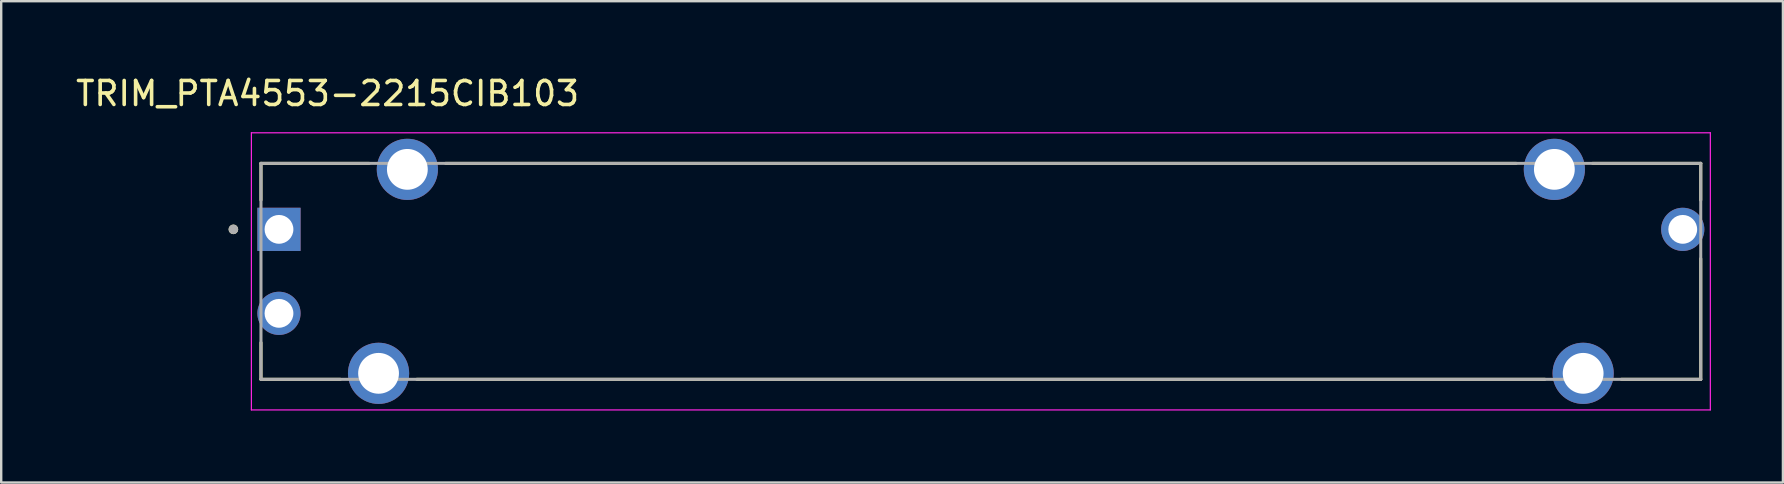
<source format=kicad_pcb>
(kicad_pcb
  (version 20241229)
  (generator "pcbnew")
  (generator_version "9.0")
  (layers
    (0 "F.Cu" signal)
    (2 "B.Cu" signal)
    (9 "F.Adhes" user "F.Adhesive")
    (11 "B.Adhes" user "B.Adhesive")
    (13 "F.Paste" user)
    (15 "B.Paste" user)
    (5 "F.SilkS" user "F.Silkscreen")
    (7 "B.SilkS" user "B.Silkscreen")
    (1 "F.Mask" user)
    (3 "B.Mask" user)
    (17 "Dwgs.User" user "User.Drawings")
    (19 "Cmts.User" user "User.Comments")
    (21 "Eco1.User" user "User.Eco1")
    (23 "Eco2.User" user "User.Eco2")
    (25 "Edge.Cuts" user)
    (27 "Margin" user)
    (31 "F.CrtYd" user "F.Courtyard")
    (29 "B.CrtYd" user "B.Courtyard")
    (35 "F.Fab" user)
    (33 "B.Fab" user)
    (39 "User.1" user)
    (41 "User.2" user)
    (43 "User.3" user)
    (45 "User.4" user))
  (footprint "TRIM_PTA4553-2215CIB103"
    (layer "F.Cu")
    (at 37.826 8.258)
    (property "Reference" "TRIM_PTA4553-2215CIB103" (at -27.225 -7.41 0) (layer "F.SilkS") (effects (font (size 1 1) (thickness 0.15))))
    (attr through_hole)
    (fp_line (start -30 -4.5) (end -25.495 -4.5) (stroke (width 0.127) (type solid)) (layer "F.SilkS"))
    (fp_line (start -30 -2.97) (end -30 -4.5) (stroke (width 0.127) (type solid)) (layer "F.SilkS"))
    (fp_line (start -30 4.5) (end -30 2.97) (stroke (width 0.127) (type solid)) (layer "F.SilkS"))
    (fp_line (start -26.695 4.5) (end -30 4.5) (stroke (width 0.127) (type solid)) (layer "F.SilkS"))
    (fp_line (start -23.505 4.5) (end 23.505 4.5) (stroke (width 0.127) (type solid)) (layer "F.SilkS"))
    (fp_line (start -22.305 -4.5) (end 22.305 -4.5) (stroke (width 0.127) (type solid)) (layer "F.SilkS"))
    (fp_line (start 25.495 -4.5) (end 30 -4.5) (stroke (width 0.127) (type solid)) (layer "F.SilkS"))
    (fp_line (start 30 -4.5) (end 30 -2.97) (stroke (width 0.127) (type solid)) (layer "F.SilkS"))
    (fp_line (start 30 4.5) (end 26.695 4.5) (stroke (width 0.127) (type solid)) (layer "F.SilkS"))
    (fp_line (start 30 4.5) (end 30 -0.53) (stroke (width 0.127) (type solid)) (layer "F.SilkS"))
    (fp_circle (center -31.15 -1.75) (end -31.05 -1.75) (stroke (width 0.2) (type solid)) (fill no) (layer "F.SilkS"))
    (fp_line (start -30.4 -5.775) (end -30.4 5.775) (stroke (width 0.05) (type solid)) (layer "F.CrtYd"))
    (fp_line (start -30.4 5.775) (end 30.4 5.775) (stroke (width 0.05) (type solid)) (layer "F.CrtYd"))
    (fp_line (start 30.4 -5.775) (end -30.4 -5.775) (stroke (width 0.05) (type solid)) (layer "F.CrtYd"))
    (fp_line (start 30.4 5.775) (end 30.4 -5.775) (stroke (width 0.05) (type solid)) (layer "F.CrtYd"))
    (fp_line (start -30 -4.5) (end 30 -4.5) (stroke (width 0.127) (type solid)) (layer "F.Fab"))
    (fp_line (start -30 4.5) (end -30 -4.5) (stroke (width 0.127) (type solid)) (layer "F.Fab"))
    (fp_line (start 30 -4.5) (end 30 4.5) (stroke (width 0.127) (type solid)) (layer "F.Fab"))
    (fp_line (start 30 4.5) (end -30 4.5) (stroke (width 0.127) (type solid)) (layer "F.Fab"))
    (fp_circle (center -31.15 -1.75) (end -31.05 -1.75) (stroke (width 0.2) (type solid)) (fill no) (layer "F.Fab"))
    (pad "1" thru_hole rect (at -29.25 -1.75) (size 1.8 1.8) (drill 1.2) (layers "*.Cu" "*.Mask"))
    (pad "2" thru_hole circle (at -29.25 1.75) (size 1.8 1.8) (drill 1.2) (layers "*.Cu" "*.Mask"))
    (pad "3" thru_hole circle (at 29.25 -1.75) (size 1.8 1.8) (drill 1.2) (layers "*.Cu" "*.Mask"))
    (pad "SH1" thru_hole circle (at -23.9 -4.25) (size 2.55 2.55) (drill 1.7) (layers "*.Cu" "*.Mask"))
    (pad "SH2" thru_hole circle (at -25.1 4.25) (size 2.55 2.55) (drill 1.7) (layers "*.Cu" "*.Mask"))
    (pad "SH3" thru_hole circle (at 23.9 -4.25) (size 2.55 2.55) (drill 1.7) (layers "*.Cu" "*.Mask"))
    (pad "SH4" thru_hole circle (at 25.1 4.25) (size 2.55 2.55) (drill 1.7) (layers "*.Cu" "*.Mask")))
  (gr_rect
    (start -3 -3)
    (end 71.251 17.058)
    (stroke (width 0.1) (type default))
    (fill no)
    (layer "Edge.Cuts")))
</source>
